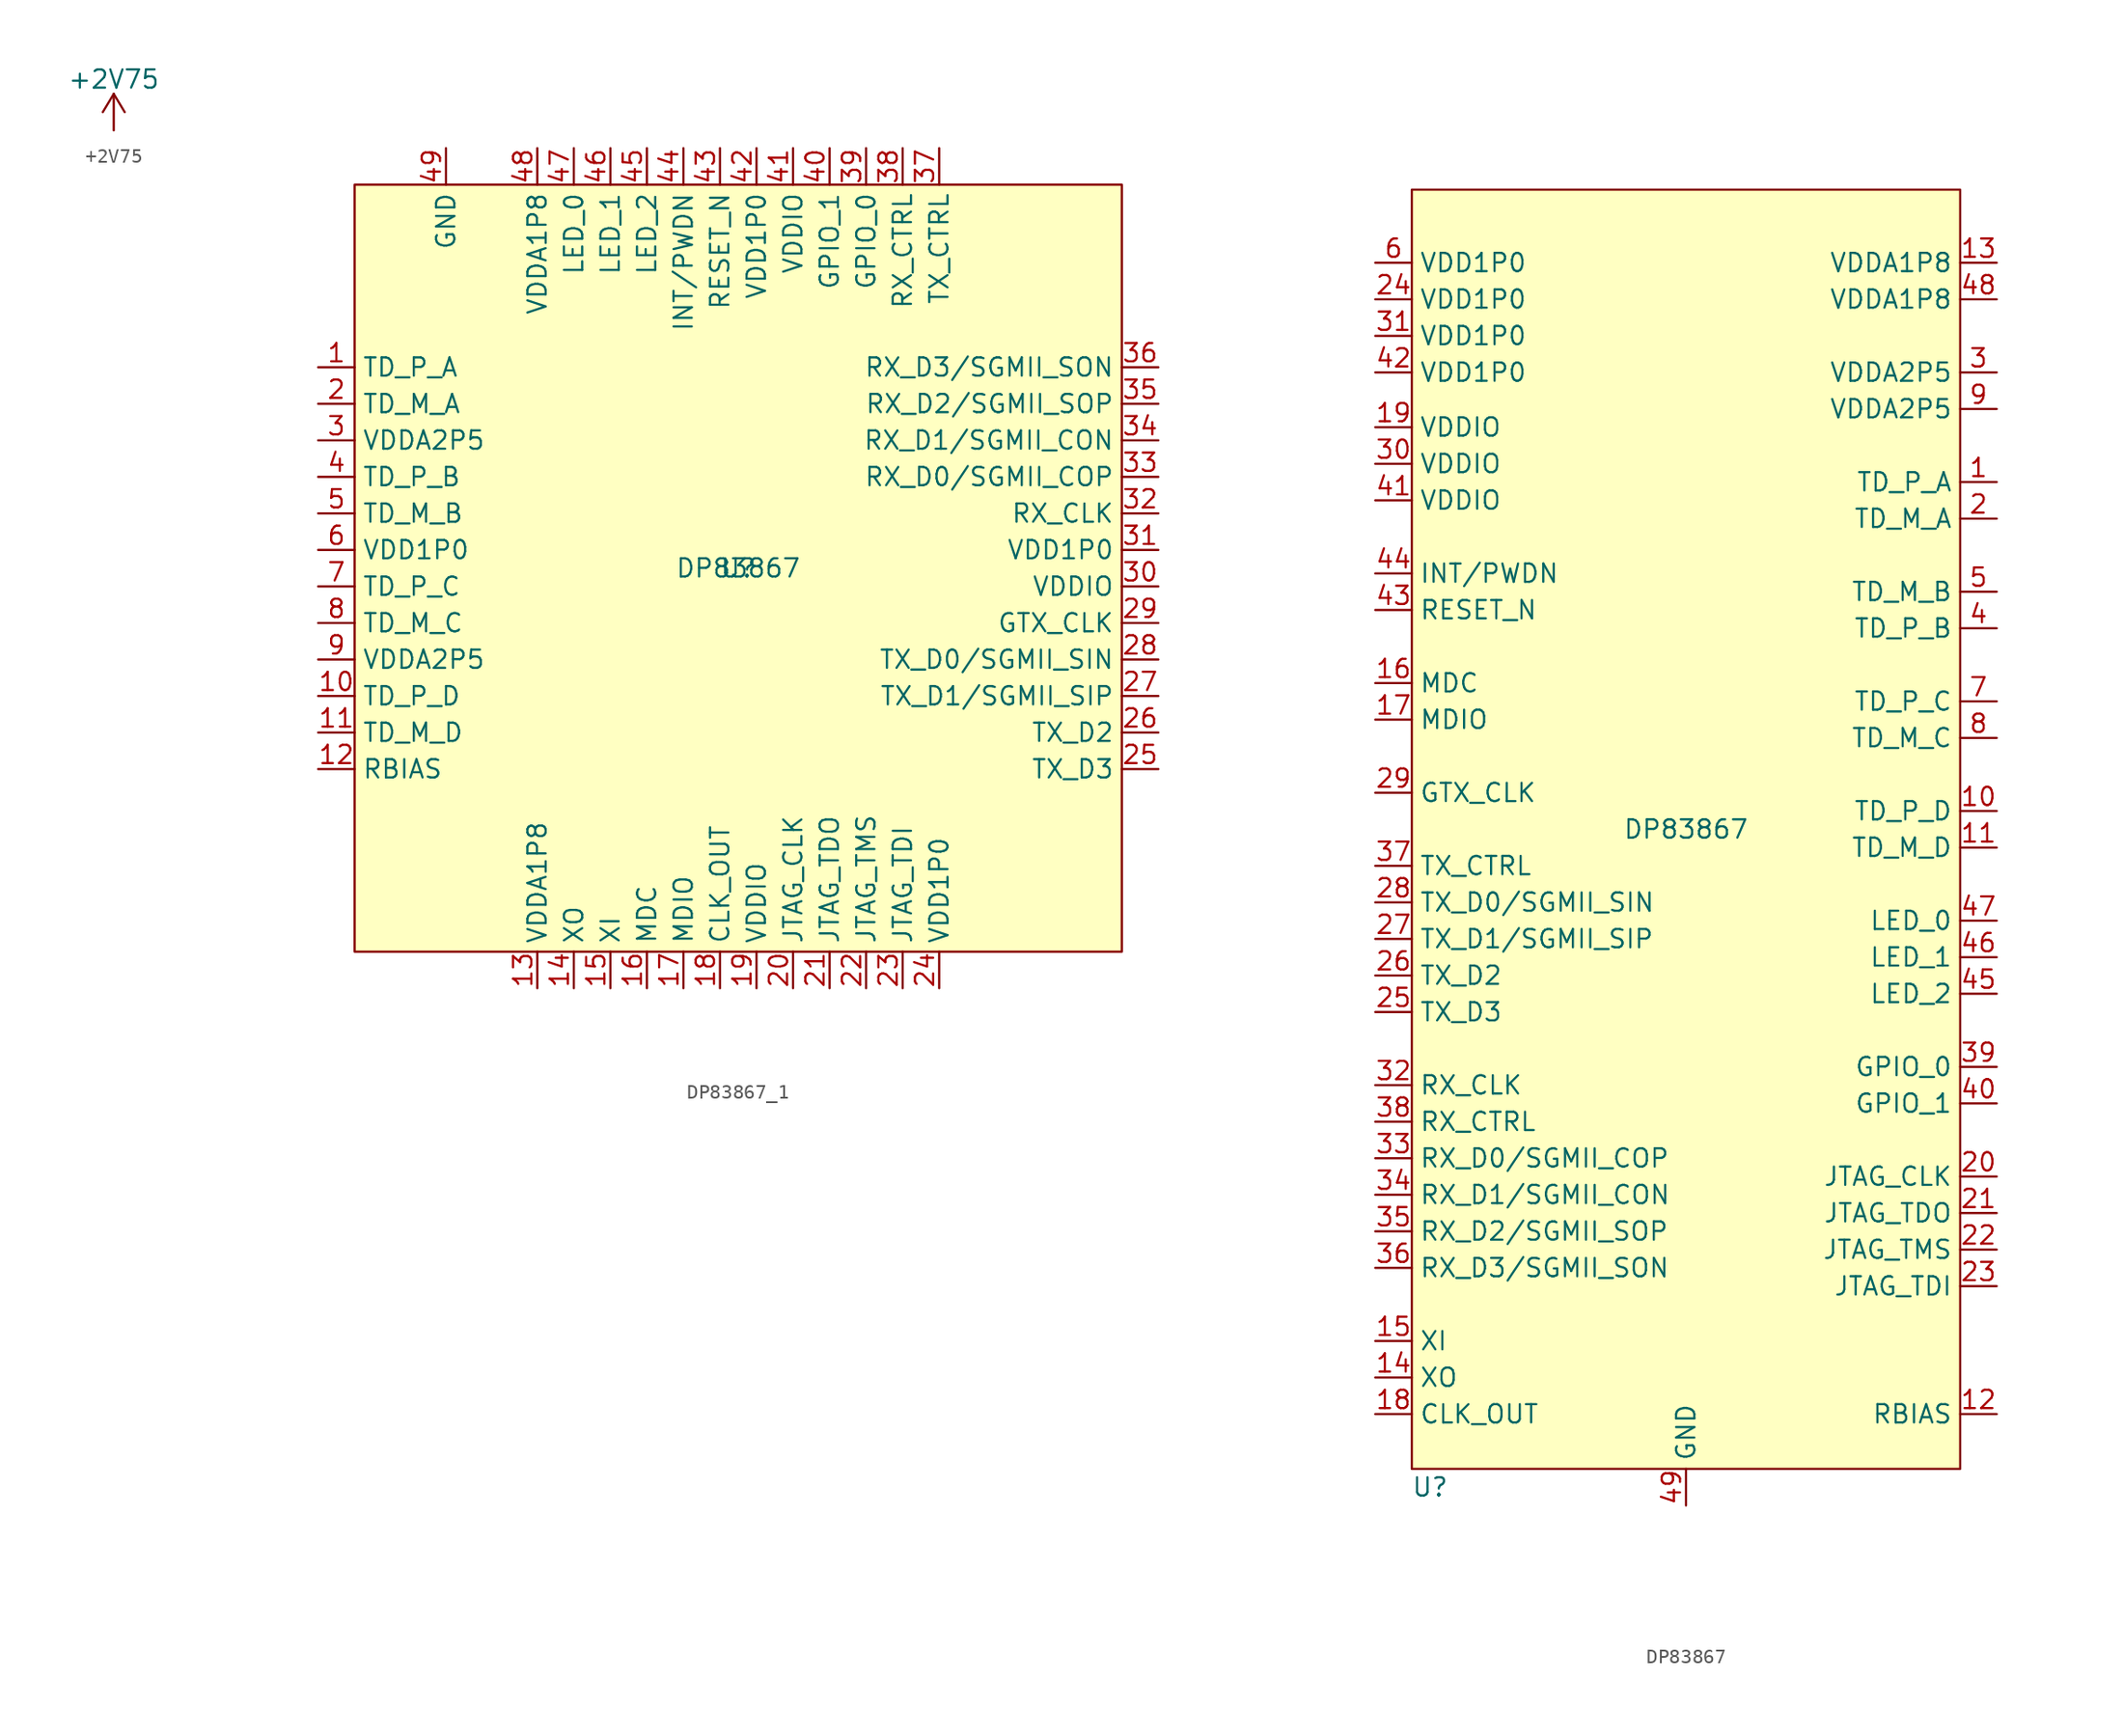
<source format=kicad_sym>
(kicad_symbol_lib
  (version 20220914)
  (generator kicad_symbol_editor)
  (symbol "+2V75"
    (power)
    (pin_names
      (offset 0))
    (property "Reference" "#PWR"
      (at 0 -3.81 0)
      (effects (font (size 1.27 1.27)) hide))
    (property "Value" "+2V75"
      (at 0 3.556 0)
      (effects (font (size 1.27 1.27))))
    (symbol "+2V75_0_1"
      (polyline (pts (xy -0.762 1.27) (xy 0 2.54)) (stroke (width 0) (type default)) (fill (type none)))
      (polyline (pts (xy 0 0) (xy 0 2.54)) (stroke (width 0) (type default)) (fill (type none)))
      (polyline (pts (xy 0 2.54) (xy 0.762 1.27)) (stroke (width 0) (type default)) (fill (type none))))
    (symbol "+2V75_1_1"
      (pin power_in line (at 0 0 90) (length 0) hide (name "+2V75" (effects (font (size 1.27 1.27)))) (number "1" (effects (font (size 1.27 1.27)))))))
  (symbol "DP83867_1"
    (property "Reference" "U"
      (at 0 0 0)
      (effects (font (size 1.27 1.27))))
    (property "Value" "DP83867"
      (at 0 0 0)
      (effects (font (size 1.27 1.27))))
    (symbol "DP83867_1_1_1"
      (rectangle (start -26.67 26.67) (end 26.67 -26.67) (stroke (width 0) (type default)) (fill (type background)))
      (pin passive line (at -29.21 13.97 0) (length 2.54) (name "TD_P_A" (effects (font (size 1.27 1.27)))) (number "1" (effects (font (size 1.27 1.27)))))
      (pin passive line (at -29.21 -8.89 0) (length 2.54) (name "TD_P_D" (effects (font (size 1.27 1.27)))) (number "10" (effects (font (size 1.27 1.27)))))
      (pin passive line (at -29.21 -11.43 0) (length 2.54) (name "TD_M_D" (effects (font (size 1.27 1.27)))) (number "11" (effects (font (size 1.27 1.27)))))
      (pin power_in line (at -29.21 -13.97 0) (length 2.54) (name "RBIAS" (effects (font (size 1.27 1.27)))) (number "12" (effects (font (size 1.27 1.27)))))
      (pin power_in line (at -13.97 -29.21 90) (length 2.54) (name "VDDA1P8" (effects (font (size 1.27 1.27)))) (number "13" (effects (font (size 1.27 1.27)))))
      (pin passive line (at -11.43 -29.21 90) (length 2.54) (name "XO" (effects (font (size 1.27 1.27)))) (number "14" (effects (font (size 1.27 1.27)))))
      (pin passive line (at -8.89 -29.21 90) (length 2.54) (name "XI" (effects (font (size 1.27 1.27)))) (number "15" (effects (font (size 1.27 1.27)))))
      (pin input line (at -6.35 -29.21 90) (length 2.54) (name "MDC" (effects (font (size 1.27 1.27)))) (number "16" (effects (font (size 1.27 1.27)))))
      (pin input line (at -3.81 -29.21 90) (length 2.54) (name "MDIO" (effects (font (size 1.27 1.27)))) (number "17" (effects (font (size 1.27 1.27)))))
      (pin output line (at -1.27 -29.21 90) (length 2.54) (name "CLK_OUT" (effects (font (size 1.27 1.27)))) (number "18" (effects (font (size 1.27 1.27)))))
      (pin power_in line (at 1.27 -29.21 90) (length 2.54) (name "VDDIO" (effects (font (size 1.27 1.27)))) (number "19" (effects (font (size 1.27 1.27)))))
      (pin passive line (at -29.21 11.43 0) (length 2.54) (name "TD_M_A" (effects (font (size 1.27 1.27)))) (number "2" (effects (font (size 1.27 1.27)))))
      (pin passive line (at 3.81 -29.21 90) (length 2.54) (name "JTAG_CLK" (effects (font (size 1.27 1.27)))) (number "20" (effects (font (size 1.27 1.27)))))
      (pin passive line (at 6.35 -29.21 90) (length 2.54) (name "JTAG_TDO" (effects (font (size 1.27 1.27)))) (number "21" (effects (font (size 1.27 1.27)))))
      (pin passive line (at 8.89 -29.21 90) (length 2.54) (name "JTAG_TMS" (effects (font (size 1.27 1.27)))) (number "22" (effects (font (size 1.27 1.27)))))
      (pin passive line (at 11.43 -29.21 90) (length 2.54) (name "JTAG_TDI" (effects (font (size 1.27 1.27)))) (number "23" (effects (font (size 1.27 1.27)))))
      (pin passive line (at 13.97 -29.21 90) (length 2.54) (name "VDD1P0" (effects (font (size 1.27 1.27)))) (number "24" (effects (font (size 1.27 1.27)))))
      (pin input line (at 29.21 -13.97 180) (length 2.54) (name "TX_D3" (effects (font (size 1.27 1.27)))) (number "25" (effects (font (size 1.27 1.27)))))
      (pin input line (at 29.21 -11.43 180) (length 2.54) (name "TX_D2" (effects (font (size 1.27 1.27)))) (number "26" (effects (font (size 1.27 1.27)))))
      (pin input line (at 29.21 -8.89 180) (length 2.54) (name "TX_D1/SGMII_SIP" (effects (font (size 1.27 1.27)))) (number "27" (effects (font (size 1.27 1.27)))))
      (pin input line (at 29.21 -6.35 180) (length 2.54) (name "TX_D0/SGMII_SIN" (effects (font (size 1.27 1.27)))) (number "28" (effects (font (size 1.27 1.27)))))
      (pin input line (at 29.21 -3.81 180) (length 2.54) (name "GTX_CLK" (effects (font (size 1.27 1.27)))) (number "29" (effects (font (size 1.27 1.27)))))
      (pin power_in line (at -29.21 8.89 0) (length 2.54) (name "VDDA2P5" (effects (font (size 1.27 1.27)))) (number "3" (effects (font (size 1.27 1.27)))))
      (pin power_in line (at 29.21 -1.27 180) (length 2.54) (name "VDDIO" (effects (font (size 1.27 1.27)))) (number "30" (effects (font (size 1.27 1.27)))))
      (pin power_in line (at 29.21 1.27 180) (length 2.54) (name "VDD1P0" (effects (font (size 1.27 1.27)))) (number "31" (effects (font (size 1.27 1.27)))))
      (pin output line (at 29.21 3.81 180) (length 2.54) (name "RX_CLK" (effects (font (size 1.27 1.27)))) (number "32" (effects (font (size 1.27 1.27)))))
      (pin output line (at 29.21 6.35 180) (length 2.54) (name "RX_D0/SGMII_COP" (effects (font (size 1.27 1.27)))) (number "33" (effects (font (size 1.27 1.27)))))
      (pin output line (at 29.21 8.89 180) (length 2.54) (name "RX_D1/SGMII_CON" (effects (font (size 1.27 1.27)))) (number "34" (effects (font (size 1.27 1.27)))))
      (pin output line (at 29.21 11.43 180) (length 2.54) (name "RX_D2/SGMII_SOP" (effects (font (size 1.27 1.27)))) (number "35" (effects (font (size 1.27 1.27)))))
      (pin output line (at 29.21 13.97 180) (length 2.54) (name "RX_D3/SGMII_SON" (effects (font (size 1.27 1.27)))) (number "36" (effects (font (size 1.27 1.27)))))
      (pin passive line (at 13.97 29.21 270) (length 2.54) (name "TX_CTRL" (effects (font (size 1.27 1.27)))) (number "37" (effects (font (size 1.27 1.27)))))
      (pin passive line (at 11.43 29.21 270) (length 2.54) (name "RX_CTRL" (effects (font (size 1.27 1.27)))) (number "38" (effects (font (size 1.27 1.27)))))
      (pin passive line (at 8.89 29.21 270) (length 2.54) (name "GPIO_0" (effects (font (size 1.27 1.27)))) (number "39" (effects (font (size 1.27 1.27)))))
      (pin passive line (at -29.21 6.35 0) (length 2.54) (name "TD_P_B" (effects (font (size 1.27 1.27)))) (number "4" (effects (font (size 1.27 1.27)))))
      (pin passive line (at 6.35 29.21 270) (length 2.54) (name "GPIO_1" (effects (font (size 1.27 1.27)))) (number "40" (effects (font (size 1.27 1.27)))))
      (pin power_in line (at 3.81 29.21 270) (length 2.54) (name "VDDIO" (effects (font (size 1.27 1.27)))) (number "41" (effects (font (size 1.27 1.27)))))
      (pin power_in line (at 1.27 29.21 270) (length 2.54) (name "VDD1P0" (effects (font (size 1.27 1.27)))) (number "42" (effects (font (size 1.27 1.27)))))
      (pin input line (at -1.27 29.21 270) (length 2.54) (name "RESET_N" (effects (font (size 1.27 1.27)))) (number "43" (effects (font (size 1.27 1.27)))))
      (pin input line (at -3.81 29.21 270) (length 2.54) (name "INT/PWDN" (effects (font (size 1.27 1.27)))) (number "44" (effects (font (size 1.27 1.27)))))
      (pin output line (at -6.35 29.21 270) (length 2.54) (name "LED_2" (effects (font (size 1.27 1.27)))) (number "45" (effects (font (size 1.27 1.27)))))
      (pin output line (at -8.89 29.21 270) (length 2.54) (name "LED_1" (effects (font (size 1.27 1.27)))) (number "46" (effects (font (size 1.27 1.27)))))
      (pin output line (at -11.43 29.21 270) (length 2.54) (name "LED_0" (effects (font (size 1.27 1.27)))) (number "47" (effects (font (size 1.27 1.27)))))
      (pin power_in line (at -13.97 29.21 270) (length 2.54) (name "VDDA1P8" (effects (font (size 1.27 1.27)))) (number "48" (effects (font (size 1.27 1.27)))))
      (pin power_in line (at -20.32 29.21 270) (length 2.54) (name "GND" (effects (font (size 1.27 1.27)))) (number "49" (effects (font (size 1.27 1.27)))))
      (pin passive line (at -29.21 3.81 0) (length 2.54) (name "TD_M_B" (effects (font (size 1.27 1.27)))) (number "5" (effects (font (size 1.27 1.27)))))
      (pin power_in line (at -29.21 1.27 0) (length 2.54) (name "VDD1P0" (effects (font (size 1.27 1.27)))) (number "6" (effects (font (size 1.27 1.27)))))
      (pin passive line (at -29.21 -1.27 0) (length 2.54) (name "TD_P_C" (effects (font (size 1.27 1.27)))) (number "7" (effects (font (size 1.27 1.27)))))
      (pin passive line (at -29.21 -3.81 0) (length 2.54) (name "TD_M_C" (effects (font (size 1.27 1.27)))) (number "8" (effects (font (size 1.27 1.27)))))
      (pin power_in line (at -29.21 -6.35 0) (length 2.54) (name "VDDA2P5" (effects (font (size 1.27 1.27)))) (number "9" (effects (font (size 1.27 1.27)))))))
  (symbol "DP83867"
    (property "Reference" "U"
      (at -17.78 -45.72 0)
      (effects (font (size 1.27 1.27))))
    (property "Value" "DP83867"
      (at 0 0 0)
      (effects (font (size 1.27 1.27))))
    (symbol "DP83867_1_1"
      (rectangle (start -19.05 44.45) (end 19.05 -44.45) (stroke (width 0) (type default)) (fill (type background)))
      (pin passive line (at 21.59 24.13 180) (length 2.54) (name "TD_P_A" (effects (font (size 1.27 1.27)))) (number "1" (effects (font (size 1.27 1.27)))))
      (pin passive line (at 21.59 1.27 180) (length 2.54) (name "TD_P_D" (effects (font (size 1.27 1.27)))) (number "10" (effects (font (size 1.27 1.27)))))
      (pin passive line (at 21.59 -1.27 180) (length 2.54) (name "TD_M_D" (effects (font (size 1.27 1.27)))) (number "11" (effects (font (size 1.27 1.27)))))
      (pin passive line (at 21.59 -40.64 180) (length 2.54) (name "RBIAS" (effects (font (size 1.27 1.27)))) (number "12" (effects (font (size 1.27 1.27)))))
      (pin power_in line (at 21.59 39.37 180) (length 2.54) (name "VDDA1P8" (effects (font (size 1.27 1.27)))) (number "13" (effects (font (size 1.27 1.27)))))
      (pin output line (at -21.59 -38.1 0) (length 2.54) (name "XO" (effects (font (size 1.27 1.27)))) (number "14" (effects (font (size 1.27 1.27)))))
      (pin input line (at -21.59 -35.56 0) (length 2.54) (name "XI" (effects (font (size 1.27 1.27)))) (number "15" (effects (font (size 1.27 1.27)))))
      (pin input line (at -21.59 10.16 0) (length 2.54) (name "MDC" (effects (font (size 1.27 1.27)))) (number "16" (effects (font (size 1.27 1.27)))))
      (pin input line (at -21.59 7.62 0) (length 2.54) (name "MDIO" (effects (font (size 1.27 1.27)))) (number "17" (effects (font (size 1.27 1.27)))))
      (pin output line (at -21.59 -40.64 0) (length 2.54) (name "CLK_OUT" (effects (font (size 1.27 1.27)))) (number "18" (effects (font (size 1.27 1.27)))))
      (pin power_in line (at -21.59 27.94 0) (length 2.54) (name "VDDIO" (effects (font (size 1.27 1.27)))) (number "19" (effects (font (size 1.27 1.27)))))
      (pin passive line (at 21.59 21.59 180) (length 2.54) (name "TD_M_A" (effects (font (size 1.27 1.27)))) (number "2" (effects (font (size 1.27 1.27)))))
      (pin passive line (at 21.59 -24.13 180) (length 2.54) (name "JTAG_CLK" (effects (font (size 1.27 1.27)))) (number "20" (effects (font (size 1.27 1.27)))))
      (pin passive line (at 21.59 -26.67 180) (length 2.54) (name "JTAG_TDO" (effects (font (size 1.27 1.27)))) (number "21" (effects (font (size 1.27 1.27)))))
      (pin passive line (at 21.59 -29.21 180) (length 2.54) (name "JTAG_TMS" (effects (font (size 1.27 1.27)))) (number "22" (effects (font (size 1.27 1.27)))))
      (pin passive line (at 21.59 -31.75 180) (length 2.54) (name "JTAG_TDI" (effects (font (size 1.27 1.27)))) (number "23" (effects (font (size 1.27 1.27)))))
      (pin power_in line (at -21.59 36.83 0) (length 2.54) (name "VDD1P0" (effects (font (size 1.27 1.27)))) (number "24" (effects (font (size 1.27 1.27)))))
      (pin input line (at -21.59 -12.7 0) (length 2.54) (name "TX_D3" (effects (font (size 1.27 1.27)))) (number "25" (effects (font (size 1.27 1.27)))))
      (pin input line (at -21.59 -10.16 0) (length 2.54) (name "TX_D2" (effects (font (size 1.27 1.27)))) (number "26" (effects (font (size 1.27 1.27)))))
      (pin input line (at -21.59 -7.62 0) (length 2.54) (name "TX_D1/SGMII_SIP" (effects (font (size 1.27 1.27)))) (number "27" (effects (font (size 1.27 1.27)))))
      (pin input line (at -21.59 -5.08 0) (length 2.54) (name "TX_D0/SGMII_SIN" (effects (font (size 1.27 1.27)))) (number "28" (effects (font (size 1.27 1.27)))))
      (pin input line (at -21.59 2.54 0) (length 2.54) (name "GTX_CLK" (effects (font (size 1.27 1.27)))) (number "29" (effects (font (size 1.27 1.27)))))
      (pin power_in line (at 21.59 31.75 180) (length 2.54) (name "VDDA2P5" (effects (font (size 1.27 1.27)))) (number "3" (effects (font (size 1.27 1.27)))))
      (pin power_in line (at -21.59 25.4 0) (length 2.54) (name "VDDIO" (effects (font (size 1.27 1.27)))) (number "30" (effects (font (size 1.27 1.27)))))
      (pin power_in line (at -21.59 34.29 0) (length 2.54) (name "VDD1P0" (effects (font (size 1.27 1.27)))) (number "31" (effects (font (size 1.27 1.27)))))
      (pin output line (at -21.59 -17.78 0) (length 2.54) (name "RX_CLK" (effects (font (size 1.27 1.27)))) (number "32" (effects (font (size 1.27 1.27)))))
      (pin output line (at -21.59 -22.86 0) (length 2.54) (name "RX_D0/SGMII_COP" (effects (font (size 1.27 1.27)))) (number "33" (effects (font (size 1.27 1.27)))))
      (pin output line (at -21.59 -25.4 0) (length 2.54) (name "RX_D1/SGMII_CON" (effects (font (size 1.27 1.27)))) (number "34" (effects (font (size 1.27 1.27)))))
      (pin output line (at -21.59 -27.94 0) (length 2.54) (name "RX_D2/SGMII_SOP" (effects (font (size 1.27 1.27)))) (number "35" (effects (font (size 1.27 1.27)))))
      (pin output line (at -21.59 -30.48 0) (length 2.54) (name "RX_D3/SGMII_SON" (effects (font (size 1.27 1.27)))) (number "36" (effects (font (size 1.27 1.27)))))
      (pin input line (at -21.59 -2.54 0) (length 2.54) (name "TX_CTRL" (effects (font (size 1.27 1.27)))) (number "37" (effects (font (size 1.27 1.27)))))
      (pin output line (at -21.59 -20.32 0) (length 2.54) (name "RX_CTRL" (effects (font (size 1.27 1.27)))) (number "38" (effects (font (size 1.27 1.27)))))
      (pin passive line (at 21.59 -16.51 180) (length 2.54) (name "GPIO_0" (effects (font (size 1.27 1.27)))) (number "39" (effects (font (size 1.27 1.27)))))
      (pin passive line (at 21.59 13.97 180) (length 2.54) (name "TD_P_B" (effects (font (size 1.27 1.27)))) (number "4" (effects (font (size 1.27 1.27)))))
      (pin passive line (at 21.59 -19.05 180) (length 2.54) (name "GPIO_1" (effects (font (size 1.27 1.27)))) (number "40" (effects (font (size 1.27 1.27)))))
      (pin power_in line (at -21.59 22.86 0) (length 2.54) (name "VDDIO" (effects (font (size 1.27 1.27)))) (number "41" (effects (font (size 1.27 1.27)))))
      (pin power_in line (at -21.59 31.75 0) (length 2.54) (name "VDD1P0" (effects (font (size 1.27 1.27)))) (number "42" (effects (font (size 1.27 1.27)))))
      (pin input line (at -21.59 15.24 0) (length 2.54) (name "RESET_N" (effects (font (size 1.27 1.27)))) (number "43" (effects (font (size 1.27 1.27)))))
      (pin input line (at -21.59 17.78 0) (length 2.54) (name "INT/PWDN" (effects (font (size 1.27 1.27)))) (number "44" (effects (font (size 1.27 1.27)))))
      (pin output line (at 21.59 -11.43 180) (length 2.54) (name "LED_2" (effects (font (size 1.27 1.27)))) (number "45" (effects (font (size 1.27 1.27)))))
      (pin output line (at 21.59 -8.89 180) (length 2.54) (name "LED_1" (effects (font (size 1.27 1.27)))) (number "46" (effects (font (size 1.27 1.27)))))
      (pin output line (at 21.59 -6.35 180) (length 2.54) (name "LED_0" (effects (font (size 1.27 1.27)))) (number "47" (effects (font (size 1.27 1.27)))))
      (pin power_in line (at 21.59 36.83 180) (length 2.54) (name "VDDA1P8" (effects (font (size 1.27 1.27)))) (number "48" (effects (font (size 1.27 1.27)))))
      (pin power_in line (at 0 -46.99 90) (length 2.54) (name "GND" (effects (font (size 1.27 1.27)))) (number "49" (effects (font (size 1.27 1.27)))))
      (pin passive line (at 21.59 16.51 180) (length 2.54) (name "TD_M_B" (effects (font (size 1.27 1.27)))) (number "5" (effects (font (size 1.27 1.27)))))
      (pin power_in line (at -21.59 39.37 0) (length 2.54) (name "VDD1P0" (effects (font (size 1.27 1.27)))) (number "6" (effects (font (size 1.27 1.27)))))
      (pin passive line (at 21.59 8.89 180) (length 2.54) (name "TD_P_C" (effects (font (size 1.27 1.27)))) (number "7" (effects (font (size 1.27 1.27)))))
      (pin passive line (at 21.59 6.35 180) (length 2.54) (name "TD_M_C" (effects (font (size 1.27 1.27)))) (number "8" (effects (font (size 1.27 1.27)))))
      (pin power_in line (at 21.59 29.21 180) (length 2.54) (name "VDDA2P5" (effects (font (size 1.27 1.27)))) (number "9" (effects (font (size 1.27 1.27))))))))
</source>
